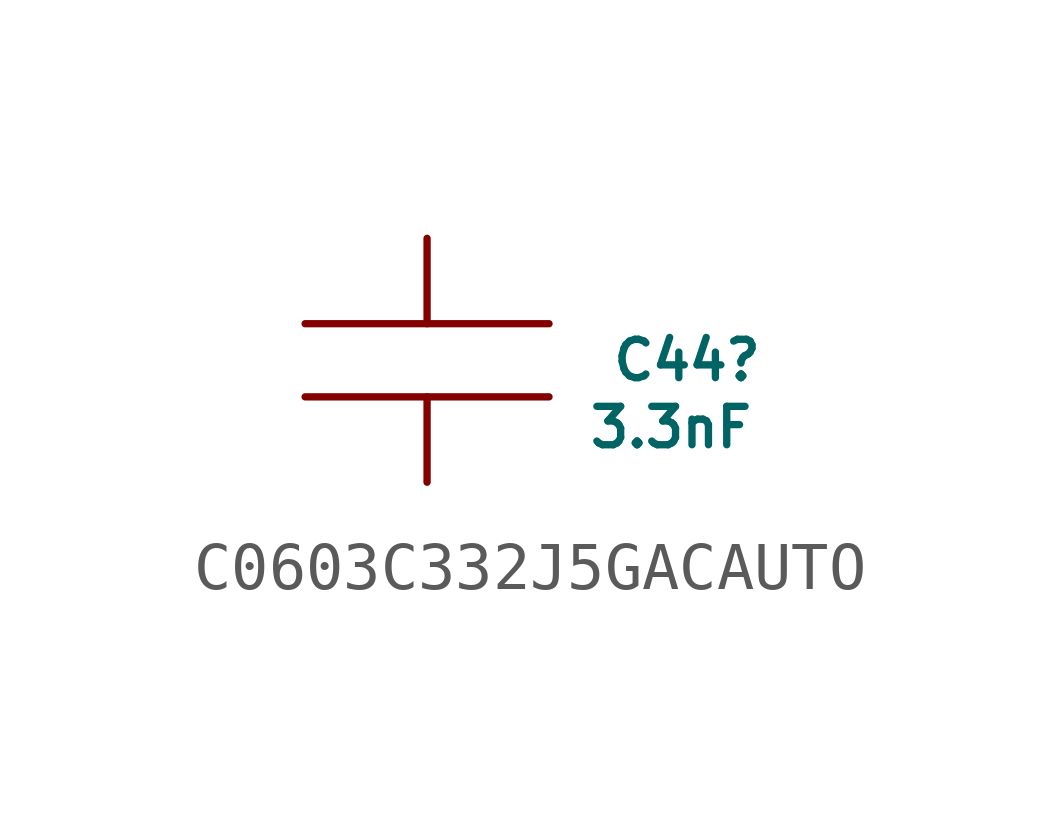
<source format=kicad_sym>
(kicad_symbol_lib
  (version 20220914)
  (generator kicad_symbol_editor)
  (symbol "C0603C332J5GACAUTO"
    (pin_numbers hide)
    (pin_names
      (offset 1.016) hide)
    (property "Reference" "C44"
      (at 3.81 -2.54 0)
      (do_not_autoplace)
      (effects (font (size 0.8 0.8)) (justify left)))
    (property "Value" "3.3nF"
      (at 5.08 -3.937 0)
      (effects (font (size 0.8 0.8))))
    (symbol "C0603C332J5GACAUTO_1_1"
      (polyline (pts (xy 2.54 -3.302) (xy -2.54 -3.302)) (stroke (width 0) (type solid)) (fill (type none)))
      (polyline (pts (xy 2.54 -1.778) (xy -2.54 -1.778)) (stroke (width 0) (type solid)) (fill (type none)))
      (pin passive line (at 0 0 270) (length 1.778) (name "1" (effects (font (size 0 0)))) (number "1" (effects (font (size 1.016 1.016)))))
      (pin passive line (at 0 -5.08 90) (length 1.778) (name "2" (effects (font (size 0 0)))) (number "2" (effects (font (size 1.016 1.016))))))))
</source>
